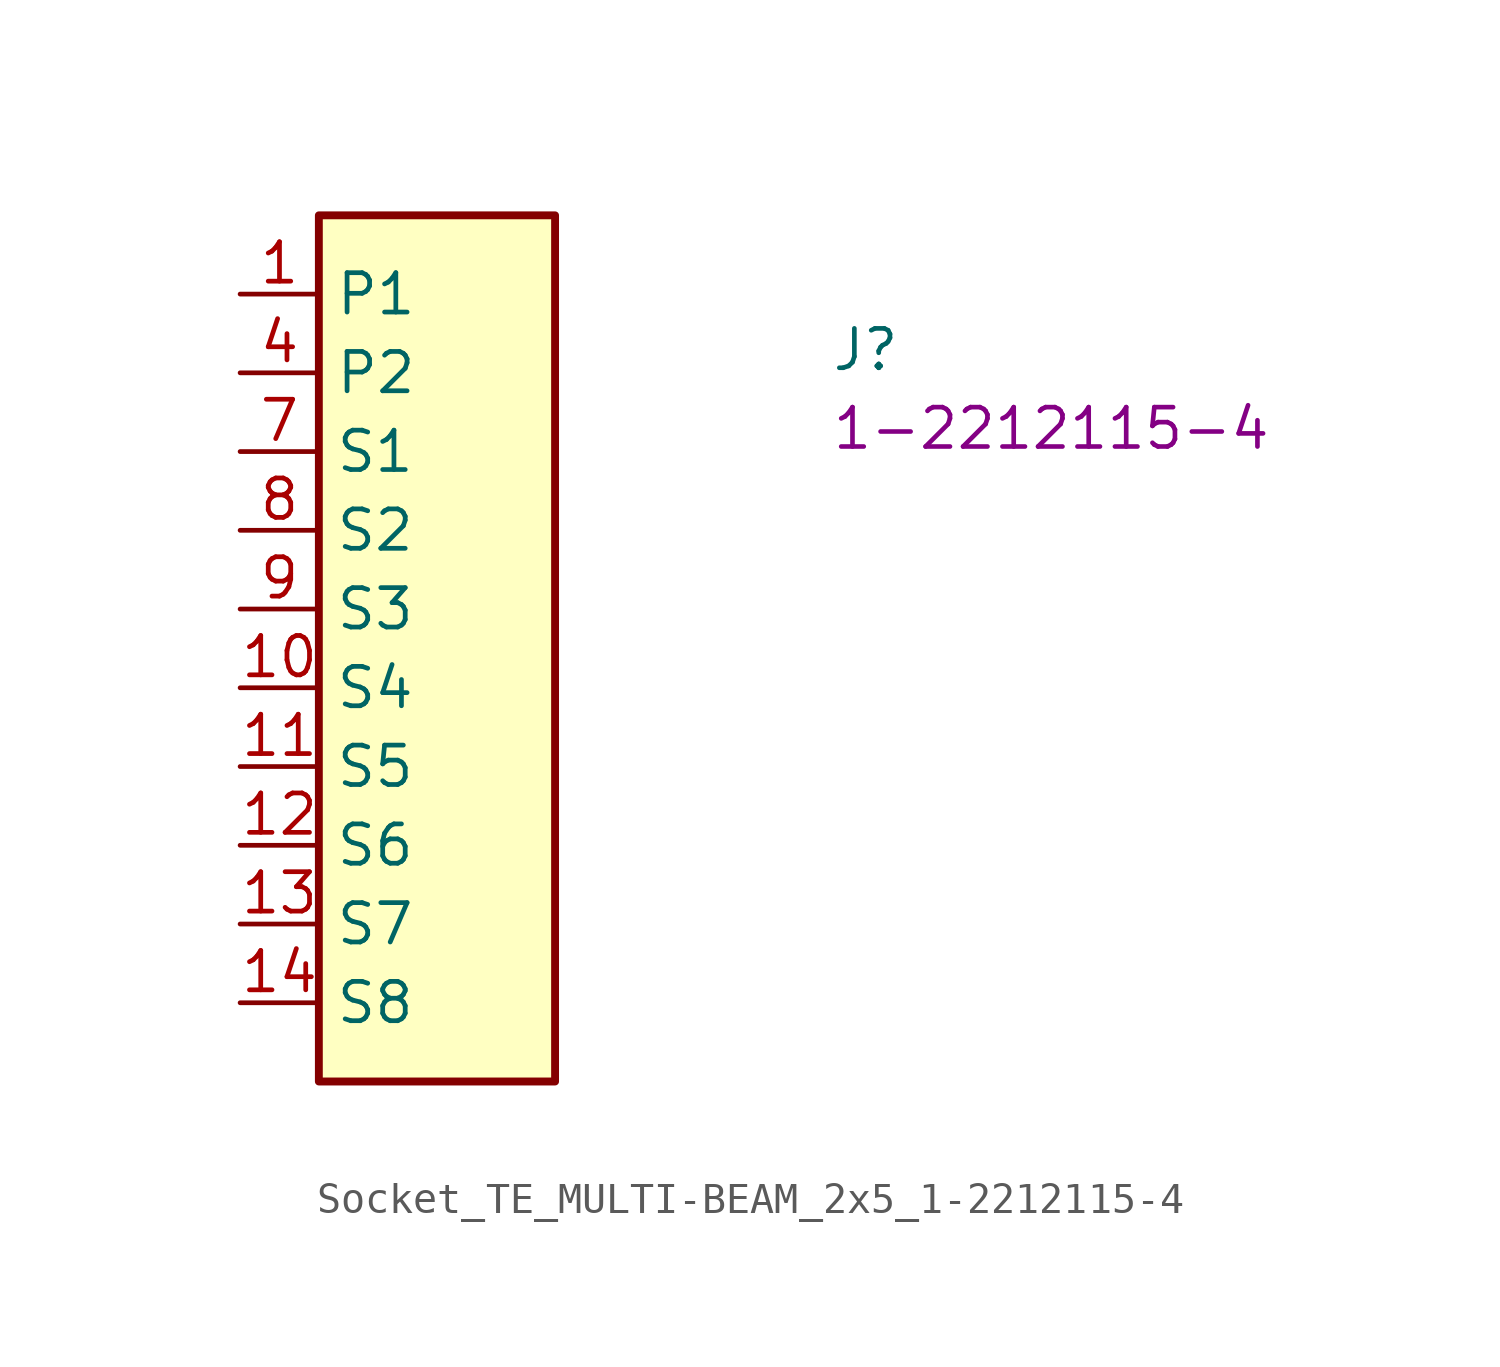
<source format=kicad_sym>
(kicad_symbol_lib
  (version 20220914)
  (generator kicad_symbol_editor)
  (symbol "Socket_TE_MULTI-BEAM_2x5_1-2212115-4"
    (property "Reference" "J"
      (at 19.05 -2.54 0)
      (effects (font (size 1.27 1.27) (thickness 0.15)) (justify left bottom)))
    (property "MPN" "1-2212115-4"
      (at 19.05 -5.08 0)
      (effects (font (size 1.27 1.27) (thickness 0.15)) (justify left bottom)))
    (symbol "Socket_TE_MULTI-BEAM_2x5_1-2212115-4_1_1"
      (rectangle (start 2.54 2.54) (end 10.16 -25.4) (stroke (width 0.254) (type default)) (fill (type background)))
      (pin power_in line (at 0 0 0) (length 2.54) (name "P1" (effects (font (size 1.27 1.27)))) (number "1" (effects (font (size 1.27 1.27)))))
      (pin passive line (at 0 -12.7 0) (length 2.54) (name "S4" (effects (font (size 1.27 1.27)))) (number "10" (effects (font (size 1.27 1.27)))))
      (pin passive line (at 0 -15.24 0) (length 2.54) (name "S5" (effects (font (size 1.27 1.27)))) (number "11" (effects (font (size 1.27 1.27)))))
      (pin passive line (at 0 -17.78 0) (length 2.54) (name "S6" (effects (font (size 1.27 1.27)))) (number "12" (effects (font (size 1.27 1.27)))))
      (pin passive line (at 0 -20.32 0) (length 2.54) (name "S7" (effects (font (size 1.27 1.27)))) (number "13" (effects (font (size 1.27 1.27)))))
      (pin passive line (at 0 -22.86 0) (length 2.54) (name "S8" (effects (font (size 1.27 1.27)))) (number "14" (effects (font (size 1.27 1.27)))))
      (pin power_in line (at 0 -2.54 0) (length 2.54) (name "P2" (effects (font (size 1.27 1.27)))) (number "4" (effects (font (size 1.27 1.27)))))
      (pin passive line (at 0 -5.08 0) (length 2.54) (name "S1" (effects (font (size 1.27 1.27)))) (number "7" (effects (font (size 1.27 1.27)))))
      (pin passive line (at 0 -7.62 0) (length 2.54) (name "S2" (effects (font (size 1.27 1.27)))) (number "8" (effects (font (size 1.27 1.27)))))
      (pin passive line (at 0 -10.16 0) (length 2.54) (name "S3" (effects (font (size 1.27 1.27)))) (number "9" (effects (font (size 1.27 1.27))))))))
</source>
